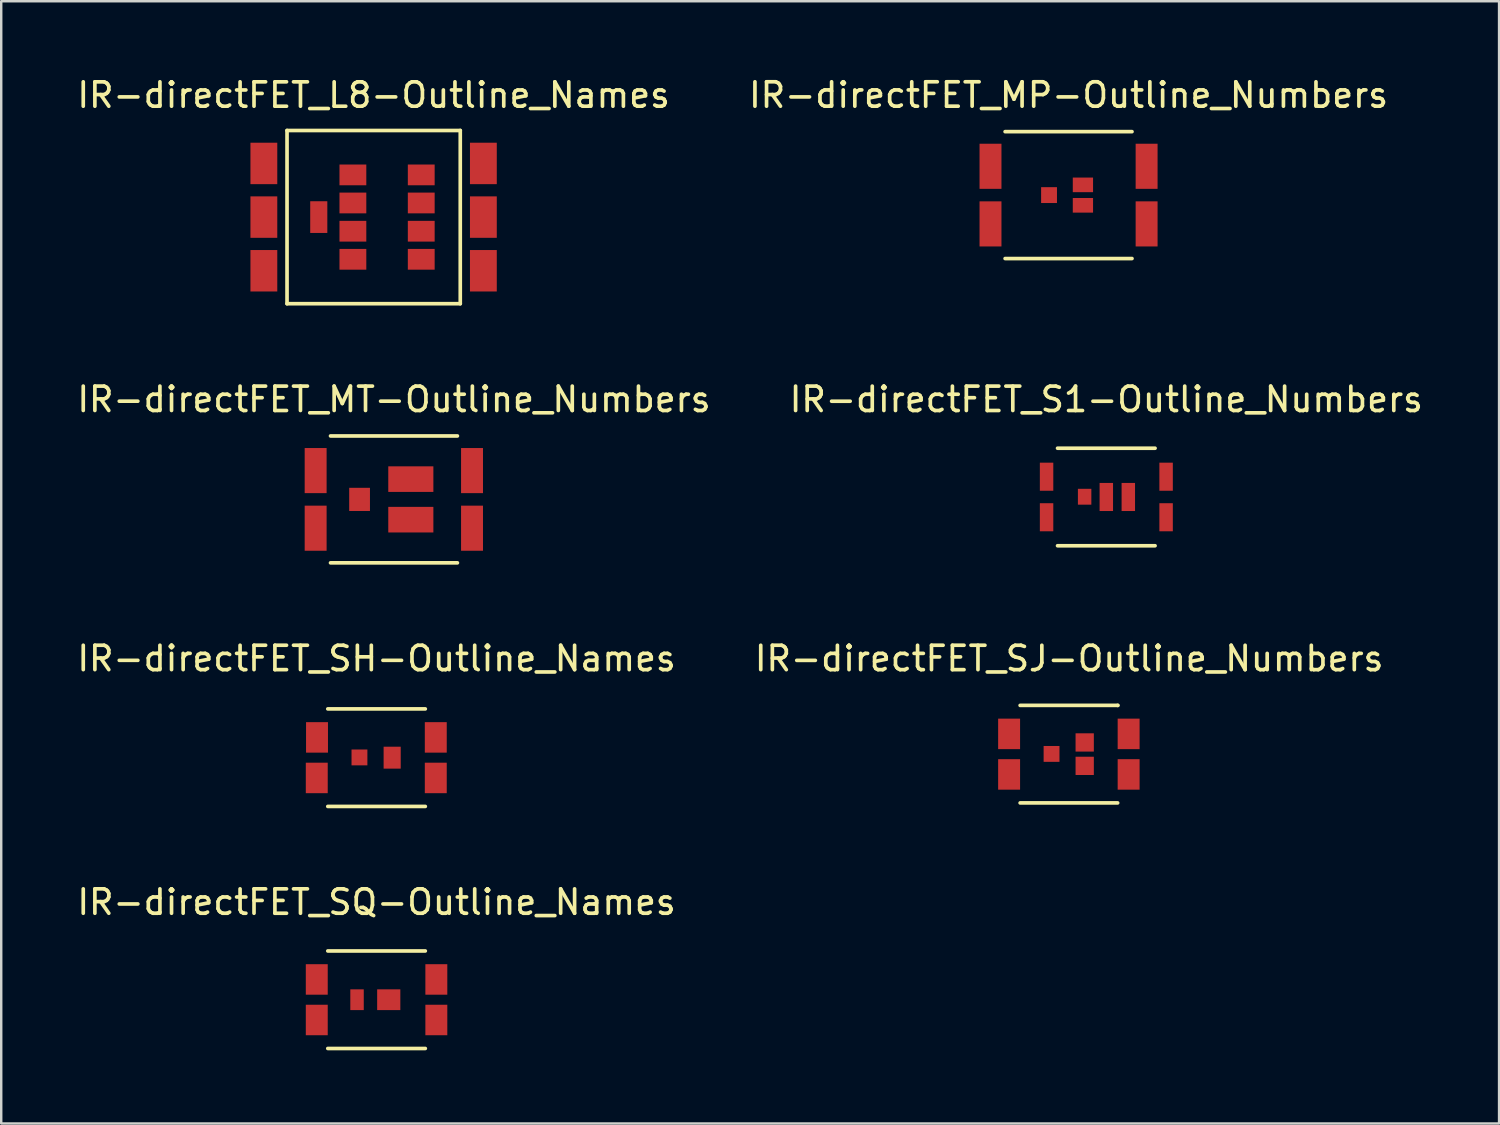
<source format=kicad_pcb>
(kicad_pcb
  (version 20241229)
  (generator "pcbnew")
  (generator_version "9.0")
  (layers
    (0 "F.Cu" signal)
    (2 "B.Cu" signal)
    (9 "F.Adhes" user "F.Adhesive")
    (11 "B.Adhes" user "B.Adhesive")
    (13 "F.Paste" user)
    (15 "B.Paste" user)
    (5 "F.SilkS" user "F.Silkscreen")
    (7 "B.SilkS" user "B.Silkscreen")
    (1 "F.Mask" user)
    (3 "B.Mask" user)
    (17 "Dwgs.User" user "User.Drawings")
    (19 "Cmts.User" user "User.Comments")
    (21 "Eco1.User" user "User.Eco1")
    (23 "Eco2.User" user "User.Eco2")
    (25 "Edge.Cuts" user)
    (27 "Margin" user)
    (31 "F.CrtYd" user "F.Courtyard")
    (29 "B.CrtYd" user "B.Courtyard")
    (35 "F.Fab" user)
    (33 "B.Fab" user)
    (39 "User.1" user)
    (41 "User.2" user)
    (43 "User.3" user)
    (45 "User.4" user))
  (footprint "IR-directFET_SH-Outline_Names"
    (layer "F.Cu")
    (at 12.387 28.011)
    (property "Reference" "IR-directFET_SH-Outline_Names" (at 0 -4.064 0) (layer "F.SilkS") (effects (font (size 1 1) (thickness 0.15))))
    (attr through_hole)
    (fp_line (start -1.999 -1.999) (end 1.999 -1.999) (stroke (width 0.15) (type solid)) (layer "F.SilkS"))
    (fp_line (start 1.999 1.999) (end -1.999 1.999) (stroke (width 0.15) (type solid)) (layer "F.SilkS"))
    (pad "D" smd rect (at -2.451 0.831) (size 0.899 1.25) (layers "F.Cu" "F.Mask" "F.Paste"))
    (pad "D" smd rect (at -2.441 -0.831) (size 0.899 1.25) (layers "F.Cu" "F.Mask" "F.Paste"))
    (pad "D" smd rect (at 2.428 -0.831) (size 0.899 1.25) (layers "F.Cu" "F.Mask" "F.Paste"))
    (pad "D" smd rect (at 2.428 0.831) (size 0.899 1.25) (layers "F.Cu" "F.Mask" "F.Paste"))
    (pad "G" smd rect (at -0.701 -0.01) (size 0.65 0.65) (layers "F.Cu" "F.Mask" "F.Paste"))
    (pad "S" smd rect (at 0.64 0) (size 0.701 0.899) (layers "F.Cu" "F.Mask" "F.Paste")))
  (footprint "IR-directFET_MT-Outline_Numbers"
    (layer "F.Cu")
    (at 13.101 17.423)
    (property "Reference" "IR-directFET_MT-Outline_Numbers" (at 0 -4.1 0) (layer "F.SilkS") (effects (font (size 1 1) (thickness 0.15))))
    (attr through_hole)
    (fp_line (start -2.601 -2.601) (end 2.601 -2.601) (stroke (width 0.15) (type solid)) (layer "F.SilkS"))
    (fp_line (start 2.601 2.601) (end -2.601 2.601) (stroke (width 0.15) (type solid)) (layer "F.SilkS"))
    (pad "1" smd rect (at 3.2 -1.181) (size 0.899 1.849) (layers "F.Cu" "F.Mask" "F.Paste"))
    (pad "2" smd rect (at 3.2 1.181) (size 0.899 1.849) (layers "F.Cu" "F.Mask" "F.Paste"))
    (pad "3" smd rect (at 0.691 -0.831) (size 1.849 1.049) (layers "F.Cu" "F.Mask" "F.Paste"))
    (pad "4" smd rect (at 0.691 0.831) (size 1.849 1.049) (layers "F.Cu" "F.Mask" "F.Paste"))
    (pad "5" smd rect (at -1.41 0) (size 0.851 0.95) (layers "F.Cu" "F.Mask" "F.Paste"))
    (pad "6" smd rect (at -3.211 -1.181) (size 0.899 1.849) (layers "F.Cu" "F.Mask" "F.Paste"))
    (pad "7" smd rect (at -3.211 1.181) (size 0.899 1.849) (layers "F.Cu" "F.Mask" "F.Paste")))
  (footprint "IR-directFET_L8-Outline_Names"
    (layer "F.Cu")
    (at 12.268 5.85)
    (property "Reference" "IR-directFET_L8-Outline_Names" (at 0 -5.001 0) (layer "F.SilkS") (effects (font (size 1 1) (thickness 0.15))))
    (attr through_hole)
    (fp_line (start -3.551 -3.551) (end 3.551 -3.551) (stroke (width 0.15) (type solid)) (layer "F.SilkS"))
    (fp_line (start -3.551 3.551) (end -3.551 -3.551) (stroke (width 0.15) (type solid)) (layer "F.SilkS"))
    (fp_line (start 3.551 -3.551) (end 3.551 3.551) (stroke (width 0.15) (type solid)) (layer "F.SilkS"))
    (fp_line (start 3.551 3.551) (end -3.551 3.551) (stroke (width 0.15) (type solid)) (layer "F.SilkS"))
    (pad "D" smd rect (at -4.501 -2.2) (size 1.1 1.699) (layers "F.Cu" "F.Mask" "F.Paste"))
    (pad "D" smd rect (at -4.501 0) (size 1.1 1.699) (layers "F.Cu" "F.Mask" "F.Paste"))
    (pad "D" smd rect (at -4.501 2.2) (size 1.1 1.699) (layers "F.Cu" "F.Mask" "F.Paste"))
    (pad "D" smd rect (at 4.498 -2.2) (size 1.1 1.699) (layers "F.Cu" "F.Mask" "F.Paste"))
    (pad "D" smd rect (at 4.498 0) (size 1.1 1.699) (layers "F.Cu" "F.Mask" "F.Paste"))
    (pad "D" smd rect (at 4.498 2.2) (size 1.1 1.699) (layers "F.Cu" "F.Mask" "F.Paste"))
    (pad "G" smd rect (at -2.25 0) (size 0.701 1.3) (layers "F.Cu" "F.Mask" "F.Paste"))
    (pad "S" smd rect (at -0.851 -1.73) (size 1.1 0.851) (layers "F.Cu" "F.Mask" "F.Paste"))
    (pad "S" smd rect (at -0.851 -0.579) (size 1.1 0.851) (layers "F.Cu" "F.Mask" "F.Paste"))
    (pad "S" smd rect (at -0.851 0.579) (size 1.1 0.851) (layers "F.Cu" "F.Mask" "F.Paste"))
    (pad "S" smd rect (at -0.851 1.73) (size 1.1 0.851) (layers "F.Cu" "F.Mask" "F.Paste"))
    (pad "S" smd rect (at 1.951 -1.73) (size 1.1 0.851) (layers "F.Cu" "F.Mask" "F.Paste"))
    (pad "S" smd rect (at 1.951 -0.579) (size 1.1 0.851) (layers "F.Cu" "F.Mask" "F.Paste"))
    (pad "S" smd rect (at 1.951 0.579) (size 1.1 0.851) (layers "F.Cu" "F.Mask" "F.Paste"))
    (pad "S" smd rect (at 1.951 1.73) (size 1.1 0.851) (layers "F.Cu" "F.Mask" "F.Paste")))
  (footprint "IR-directFET_MP-Outline_Numbers"
    (layer "F.Cu")
    (at 40.756 4.948)
    (property "Reference" "IR-directFET_MP-Outline_Numbers" (at 0 -4.1 0) (layer "F.SilkS") (effects (font (size 1 1) (thickness 0.15))))
    (attr through_hole)
    (fp_line (start -2.601 -2.601) (end 2.601 -2.601) (stroke (width 0.15) (type solid)) (layer "F.SilkS"))
    (fp_line (start 2.601 2.601) (end -2.601 2.601) (stroke (width 0.15) (type solid)) (layer "F.SilkS"))
    (pad "1" smd rect (at 3.2 -1.181) (size 0.899 1.849) (layers "F.Cu" "F.Mask" "F.Paste"))
    (pad "2" smd rect (at 3.2 1.181) (size 0.899 1.849) (layers "F.Cu" "F.Mask" "F.Paste"))
    (pad "3" smd rect (at 0.589 -0.419) (size 0.831 0.599) (layers "F.Cu" "F.Mask" "F.Paste"))
    (pad "4" smd rect (at 0.589 0.419) (size 0.831 0.599) (layers "F.Cu" "F.Mask" "F.Paste"))
    (pad "5" smd rect (at -0.8 0) (size 0.65 0.65) (layers "F.Cu" "F.Mask" "F.Paste"))
    (pad "6" smd rect (at -3.2 -1.181) (size 0.899 1.849) (layers "F.Cu" "F.Mask" "F.Paste"))
    (pad "7" smd rect (at -3.2 1.181) (size 0.899 1.849) (layers "F.Cu" "F.Mask" "F.Paste")))
  (footprint "IR-directFET_S1-Outline_Numbers"
    (layer "F.Cu")
    (at 42.304 17.324)
    (property "Reference" "IR-directFET_S1-Outline_Numbers" (at 0 -4 0) (layer "F.SilkS") (effects (font (size 1 1) (thickness 0.15))))
    (attr through_hole)
    (fp_line (start -1.999 -1.999) (end 1.999 -1.999) (stroke (width 0.15) (type solid)) (layer "F.SilkS"))
    (fp_line (start 1.999 1.999) (end -1.999 1.999) (stroke (width 0.15) (type solid)) (layer "F.SilkS"))
    (pad "1" smd rect (at 2.451 -0.831) (size 0.551 1.151) (layers "F.Cu" "F.Mask" "F.Paste"))
    (pad "2" smd rect (at 2.451 0.831) (size 0.551 1.151) (layers "F.Cu" "F.Mask" "F.Paste"))
    (pad "3" smd rect (at 0.902 0) (size 0.551 1.151) (layers "F.Cu" "F.Mask" "F.Paste"))
    (pad "4" smd rect (at 0 0) (size 0.551 1.151) (layers "F.Cu" "F.Mask" "F.Paste"))
    (pad "5" smd rect (at -0.889 -0.01) (size 0.551 0.65) (layers "F.Cu" "F.Mask" "F.Paste"))
    (pad "6" smd rect (at -2.449 -0.831) (size 0.551 1.151) (layers "F.Cu" "F.Mask" "F.Paste"))
    (pad "7" smd rect (at -2.449 0.831) (size 0.551 1.151) (layers "F.Cu" "F.Mask" "F.Paste")))
  (footprint "IR-directFET_SQ-Outline_Names"
    (layer "F.Cu")
    (at 12.387 37.934)
    (property "Reference" "IR-directFET_SQ-Outline_Names" (at 0 -4 0) (layer "F.SilkS") (effects (font (size 1 1) (thickness 0.15))))
    (attr through_hole)
    (fp_line (start -1.999 -1.999) (end 1.999 -1.999) (stroke (width 0.15) (type solid)) (layer "F.SilkS"))
    (fp_line (start 1.999 1.999) (end -1.999 1.999) (stroke (width 0.15) (type solid)) (layer "F.SilkS"))
    (pad "D" smd rect (at -2.451 -0.831) (size 0.899 1.25) (layers "F.Cu" "F.Mask" "F.Paste"))
    (pad "D" smd rect (at -2.451 0.831) (size 0.899 1.25) (layers "F.Cu" "F.Mask" "F.Paste"))
    (pad "D" smd rect (at 2.451 -0.831) (size 0.899 1.25) (layers "F.Cu" "F.Mask" "F.Paste"))
    (pad "D" smd rect (at 2.451 0.831) (size 0.899 1.25) (layers "F.Cu" "F.Mask" "F.Paste"))
    (pad "G" smd rect (at -0.8 0) (size 0.551 0.851) (layers "F.Cu" "F.Mask" "F.Paste"))
    (pad "S" smd rect (at 0.5 0) (size 0.95 0.851) (layers "F.Cu" "F.Mask" "F.Paste")))
  (footprint "IR-directFET_SJ-Outline_Numbers"
    (layer "F.Cu")
    (at 40.77 27.867)
    (property "Reference" "IR-directFET_SJ-Outline_Numbers" (at 0.01 -3.919 0) (layer "F.SilkS") (effects (font (size 1 1) (thickness 0.15))))
    (attr through_hole)
    (fp_line (start -1.999 -1.999) (end 1.999 -1.999) (stroke (width 0.15) (type solid)) (layer "F.SilkS"))
    (fp_line (start 1.999 -1.999) (end 2.009 -1.999) (stroke (width 0.15) (type solid)) (layer "F.SilkS"))
    (fp_line (start 1.999 1.999) (end -1.999 1.999) (stroke (width 0.15) (type solid)) (layer "F.SilkS"))
    (pad "1" smd rect (at 2.449 -0.831) (size 0.899 1.25) (layers "F.Cu" "F.Mask" "F.Paste"))
    (pad "2" smd rect (at 2.449 0.831) (size 0.899 1.25) (layers "F.Cu" "F.Mask" "F.Paste"))
    (pad "3" smd rect (at 0.648 -0.48) (size 0.749 0.749) (layers "F.Cu" "F.Mask" "F.Paste"))
    (pad "4" smd rect (at 0.648 0.48) (size 0.749 0.749) (layers "F.Cu" "F.Mask" "F.Paste"))
    (pad "5" smd rect (at -0.711 -0.01) (size 0.65 0.65) (layers "F.Cu" "F.Mask" "F.Paste"))
    (pad "6" smd rect (at -2.451 -0.831) (size 0.899 1.25) (layers "F.Cu" "F.Mask" "F.Paste"))
    (pad "7" smd rect (at -2.451 0.831) (size 0.899 1.25) (layers "F.Cu" "F.Mask" "F.Paste")))
  (gr_rect
    (start -3 -3)
    (end 58.405 43.008)
    (stroke (width 0.1) (type default))
    (fill no)
    (layer "Edge.Cuts")))
</source>
